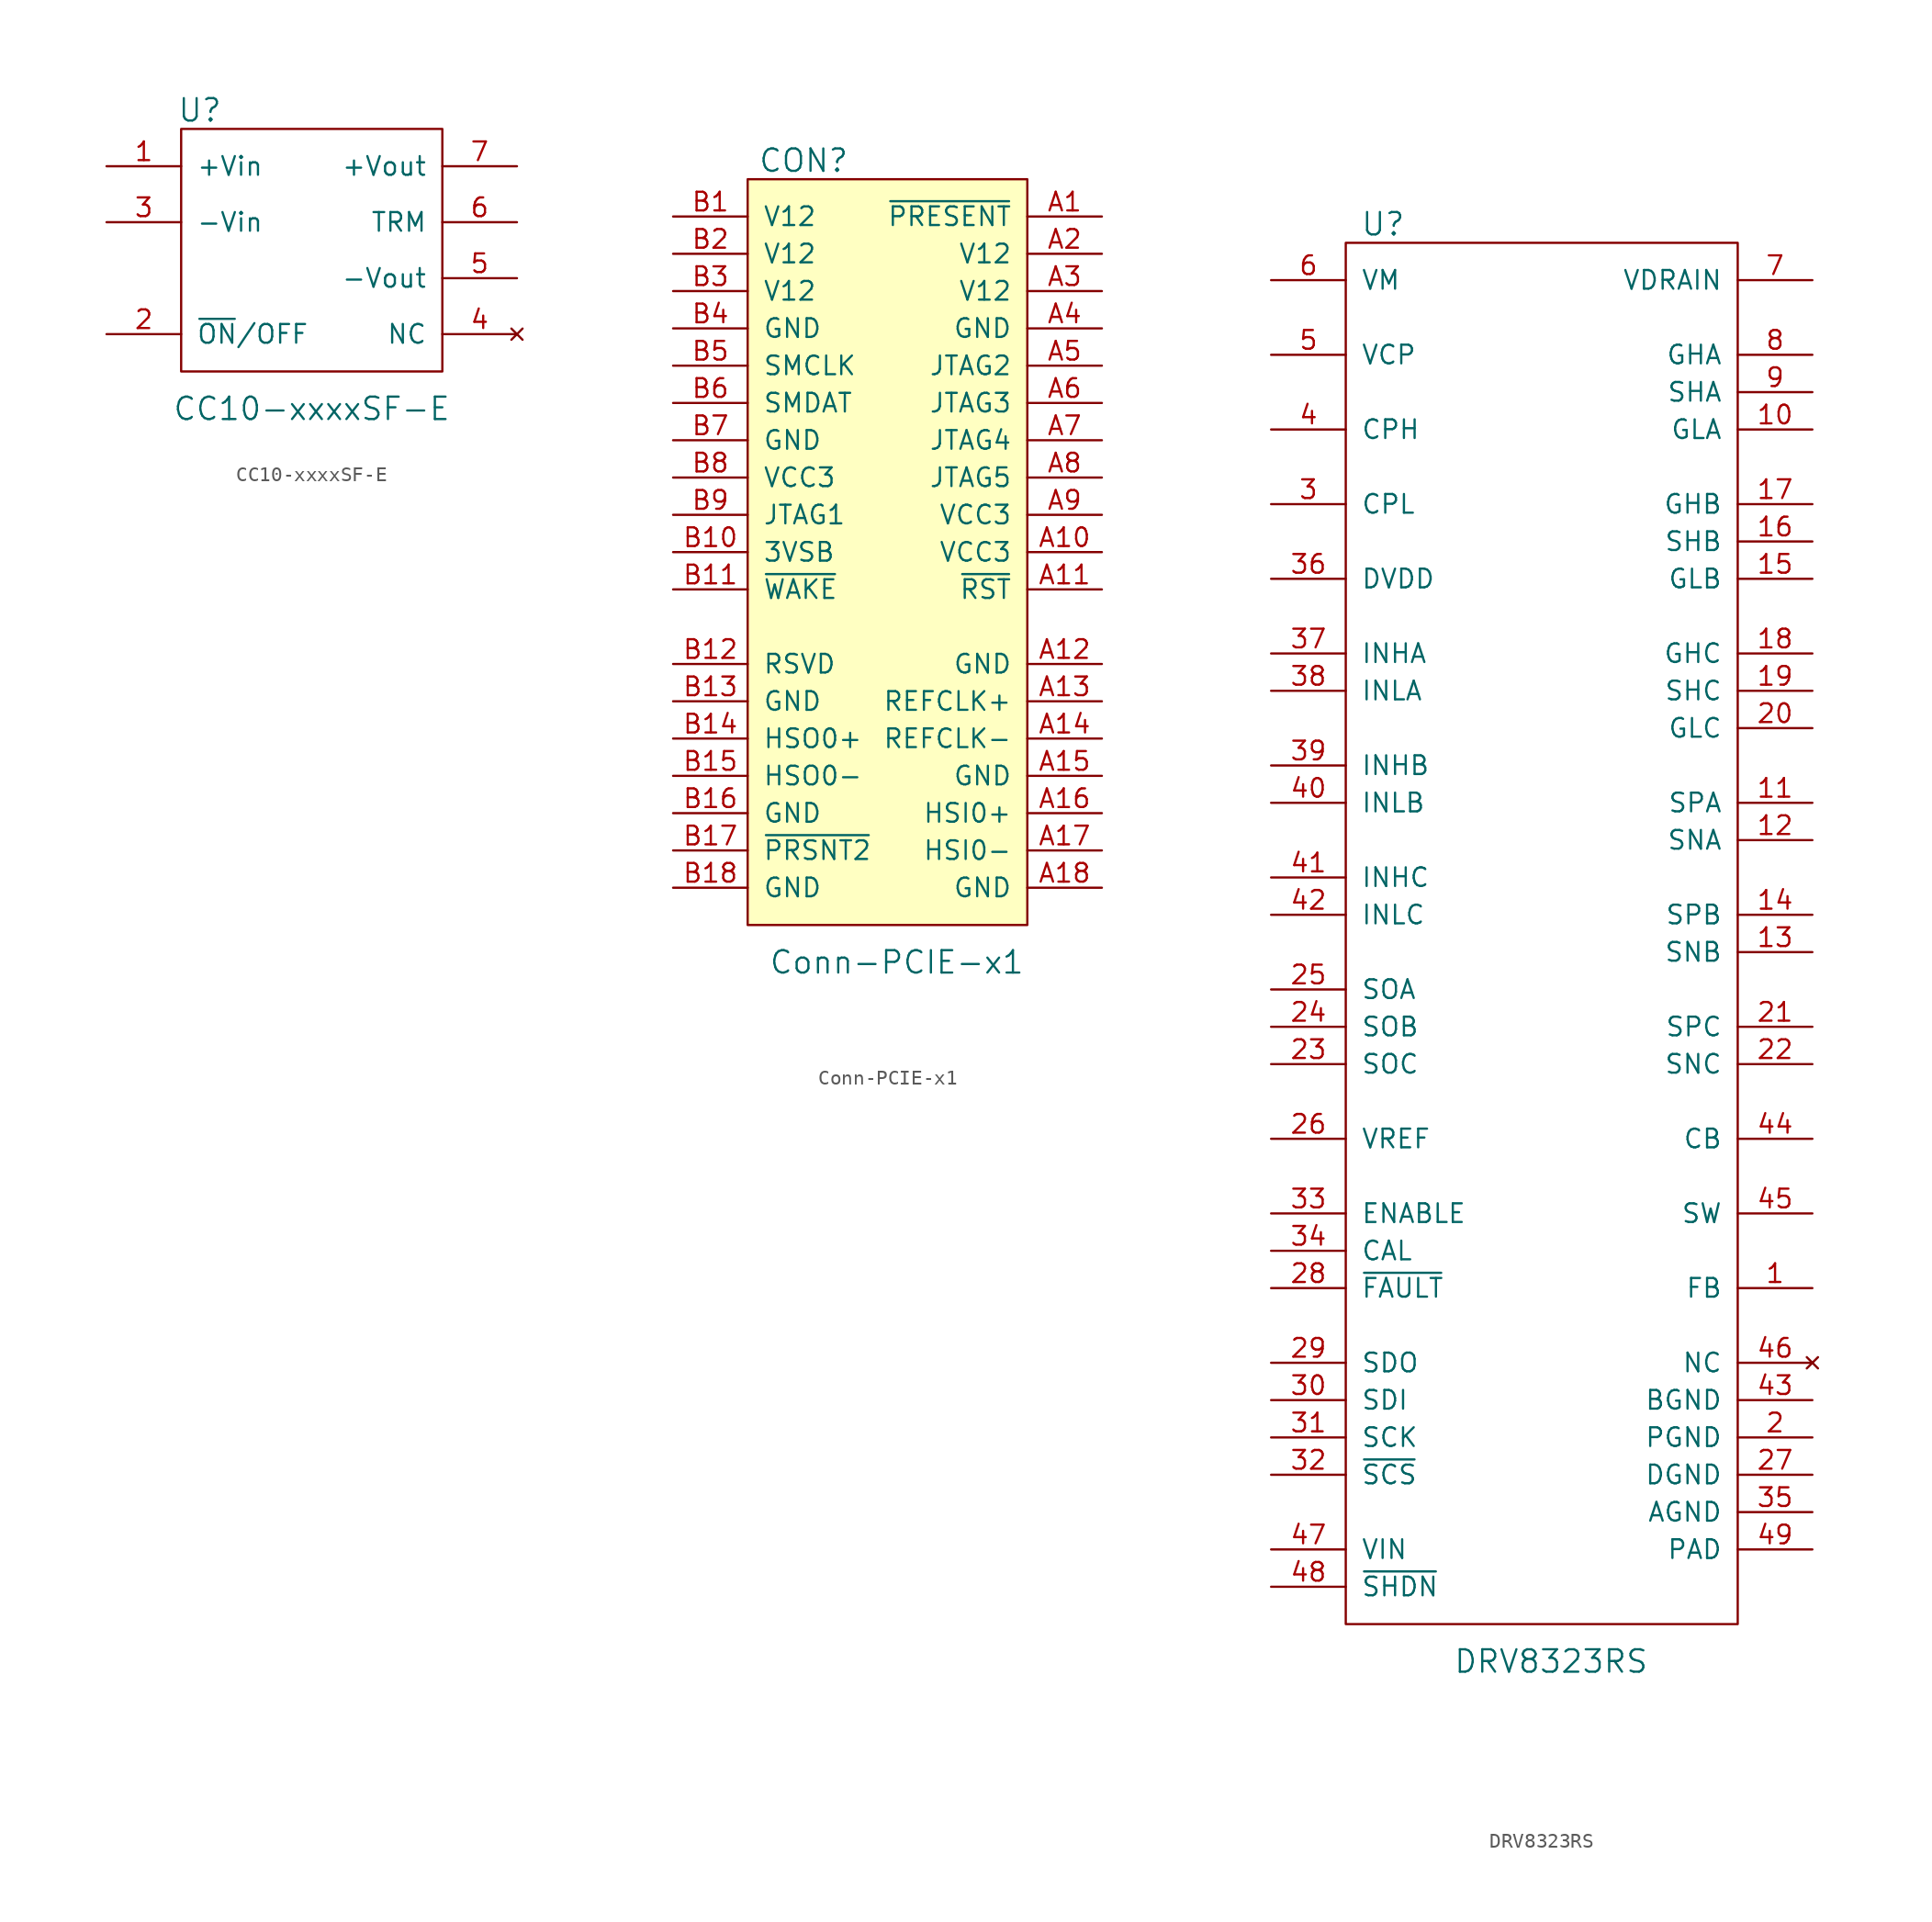
<source format=kicad_sym>
(kicad_symbol_lib
  (version 20211014)
  (generator kicad_symbol_editor)
  (symbol "CC10-xxxxSF-E"
    (pin_names
      (offset 1.016))
    (property "Reference" "U"
      (at -7.62 10.16 0)
      (effects (font (size 1.524 1.524))))
    (property "Value" "CC10-xxxxSF-E"
      (at 0 -10.16 0)
      (effects (font (size 1.524 1.524))))
    (property "Footprint" ""
      (at -8.89 1.27 0)
      (effects (font (size 1.524 1.524))))
    (property "Datasheet" ""
      (at -8.89 1.27 0)
      (effects (font (size 1.524 1.524))))
    (symbol "CC10-xxxxSF-E_0_1"
      (rectangle (start -8.89 8.89) (end 8.89 -7.62) (stroke (width 0) (type default) (color 0 0 0 0)) (fill (type none))))
    (symbol "CC10-xxxxSF-E_1_1"
      (pin power_in line (at -13.97 6.35 0) (length 5.08) (name "+Vin" (effects (font (size 1.27 1.27)))) (number "1" (effects (font (size 1.27 1.27)))))
      (pin input line (at -13.97 -5.08 0) (length 5.08) (name "~{ON}/OFF" (effects (font (size 1.27 1.27)))) (number "2" (effects (font (size 1.27 1.27)))))
      (pin power_in line (at -13.97 2.54 0) (length 5.08) (name "-Vin" (effects (font (size 1.27 1.27)))) (number "3" (effects (font (size 1.27 1.27)))))
      (pin no_connect line (at 13.97 -5.08 180) (length 5.08) (name "NC" (effects (font (size 1.27 1.27)))) (number "4" (effects (font (size 1.27 1.27)))))
      (pin power_out line (at 13.97 -1.27 180) (length 5.08) (name "-Vout" (effects (font (size 1.27 1.27)))) (number "5" (effects (font (size 1.27 1.27)))))
      (pin input line (at 13.97 2.54 180) (length 5.08) (name "TRM" (effects (font (size 1.27 1.27)))) (number "6" (effects (font (size 1.27 1.27)))))
      (pin power_out line (at 13.97 6.35 180) (length 5.08) (name "+Vout" (effects (font (size 1.27 1.27)))) (number "7" (effects (font (size 1.27 1.27)))))))
  (symbol "Conn-PCIE-x1"
    (pin_names
      (offset 1.016))
    (property "Reference" "CON"
      (at 3.81 1.27 0)
      (effects (font (size 1.524 1.524))))
    (property "Value" "Conn-PCIE-x1"
      (at 10.16 -53.34 0)
      (effects (font (size 1.524 1.524))))
    (symbol "Conn-PCIE-x1_0_1"
      (rectangle (start 0 0) (end 19.05 -50.8) (stroke (width 0) (type default) (color 0 0 0 0)) (fill (type background))))
    (symbol "Conn-PCIE-x1_1_1"
      (pin bidirectional line (at 24.13 -2.54 180) (length 5.08) (name "~{PRESENT}" (effects (font (size 1.27 1.27)))) (number "A1" (effects (font (size 1.27 1.27)))))
      (pin power_out line (at 24.13 -25.4 180) (length 5.08) (name "VCC3" (effects (font (size 1.27 1.27)))) (number "A10" (effects (font (size 1.27 1.27)))))
      (pin output line (at 24.13 -27.94 180) (length 5.08) (name "~{RST}" (effects (font (size 1.27 1.27)))) (number "A11" (effects (font (size 1.27 1.27)))))
      (pin power_in line (at 24.13 -33.02 180) (length 5.08) (name "GND" (effects (font (size 1.27 1.27)))) (number "A12" (effects (font (size 1.27 1.27)))))
      (pin output line (at 24.13 -35.56 180) (length 5.08) (name "REFCLK+" (effects (font (size 1.27 1.27)))) (number "A13" (effects (font (size 1.27 1.27)))))
      (pin output line (at 24.13 -38.1 180) (length 5.08) (name "REFCLK-" (effects (font (size 1.27 1.27)))) (number "A14" (effects (font (size 1.27 1.27)))))
      (pin power_in line (at 24.13 -40.64 180) (length 5.08) (name "GND" (effects (font (size 1.27 1.27)))) (number "A15" (effects (font (size 1.27 1.27)))))
      (pin output line (at 24.13 -43.18 180) (length 5.08) (name "HSI0+" (effects (font (size 1.27 1.27)))) (number "A16" (effects (font (size 1.27 1.27)))))
      (pin output line (at 24.13 -45.72 180) (length 5.08) (name "HSI0-" (effects (font (size 1.27 1.27)))) (number "A17" (effects (font (size 1.27 1.27)))))
      (pin power_out line (at 24.13 -48.26 180) (length 5.08) (name "GND" (effects (font (size 1.27 1.27)))) (number "A18" (effects (font (size 1.27 1.27)))))
      (pin power_out line (at 24.13 -5.08 180) (length 5.08) (name "V12" (effects (font (size 1.27 1.27)))) (number "A2" (effects (font (size 1.27 1.27)))))
      (pin power_out line (at 24.13 -7.62 180) (length 5.08) (name "V12" (effects (font (size 1.27 1.27)))) (number "A3" (effects (font (size 1.27 1.27)))))
      (pin power_in line (at 24.13 -10.16 180) (length 5.08) (name "GND" (effects (font (size 1.27 1.27)))) (number "A4" (effects (font (size 1.27 1.27)))))
      (pin bidirectional line (at 24.13 -12.7 180) (length 5.08) (name "JTAG2" (effects (font (size 1.27 1.27)))) (number "A5" (effects (font (size 1.27 1.27)))))
      (pin bidirectional line (at 24.13 -15.24 180) (length 5.08) (name "JTAG3" (effects (font (size 1.27 1.27)))) (number "A6" (effects (font (size 1.27 1.27)))))
      (pin bidirectional line (at 24.13 -17.78 180) (length 5.08) (name "JTAG4" (effects (font (size 1.27 1.27)))) (number "A7" (effects (font (size 1.27 1.27)))))
      (pin bidirectional line (at 24.13 -20.32 180) (length 5.08) (name "JTAG5" (effects (font (size 1.27 1.27)))) (number "A8" (effects (font (size 1.27 1.27)))))
      (pin power_out line (at 24.13 -22.86 180) (length 5.08) (name "VCC3" (effects (font (size 1.27 1.27)))) (number "A9" (effects (font (size 1.27 1.27)))))
      (pin power_out line (at -5.08 -2.54 0) (length 5.08) (name "V12" (effects (font (size 1.27 1.27)))) (number "B1" (effects (font (size 1.27 1.27)))))
      (pin power_out line (at -5.08 -25.4 0) (length 5.08) (name "3VSB" (effects (font (size 1.27 1.27)))) (number "B10" (effects (font (size 1.27 1.27)))))
      (pin output line (at -5.08 -27.94 0) (length 5.08) (name "~{WAKE}" (effects (font (size 1.27 1.27)))) (number "B11" (effects (font (size 1.27 1.27)))))
      (pin bidirectional line (at -5.08 -33.02 0) (length 5.08) (name "RSVD" (effects (font (size 1.27 1.27)))) (number "B12" (effects (font (size 1.27 1.27)))))
      (pin power_in line (at -5.08 -35.56 0) (length 5.08) (name "GND" (effects (font (size 1.27 1.27)))) (number "B13" (effects (font (size 1.27 1.27)))))
      (pin output line (at -5.08 -38.1 0) (length 5.08) (name "HSO0+" (effects (font (size 1.27 1.27)))) (number "B14" (effects (font (size 1.27 1.27)))))
      (pin output line (at -5.08 -40.64 0) (length 5.08) (name "HSO0-" (effects (font (size 1.27 1.27)))) (number "B15" (effects (font (size 1.27 1.27)))))
      (pin power_in line (at -5.08 -43.18 0) (length 5.08) (name "GND" (effects (font (size 1.27 1.27)))) (number "B16" (effects (font (size 1.27 1.27)))))
      (pin bidirectional line (at -5.08 -45.72 0) (length 5.08) (name "~{PRSNT2}" (effects (font (size 1.27 1.27)))) (number "B17" (effects (font (size 1.27 1.27)))))
      (pin power_in line (at -5.08 -48.26 0) (length 5.08) (name "GND" (effects (font (size 1.27 1.27)))) (number "B18" (effects (font (size 1.27 1.27)))))
      (pin power_out line (at -5.08 -5.08 0) (length 5.08) (name "V12" (effects (font (size 1.27 1.27)))) (number "B2" (effects (font (size 1.27 1.27)))))
      (pin power_out line (at -5.08 -7.62 0) (length 5.08) (name "V12" (effects (font (size 1.27 1.27)))) (number "B3" (effects (font (size 1.27 1.27)))))
      (pin power_in line (at -5.08 -10.16 0) (length 5.08) (name "GND" (effects (font (size 1.27 1.27)))) (number "B4" (effects (font (size 1.27 1.27)))))
      (pin output line (at -5.08 -12.7 0) (length 5.08) (name "SMCLK" (effects (font (size 1.27 1.27)))) (number "B5" (effects (font (size 1.27 1.27)))))
      (pin output line (at -5.08 -15.24 0) (length 5.08) (name "SMDAT" (effects (font (size 1.27 1.27)))) (number "B6" (effects (font (size 1.27 1.27)))))
      (pin power_in line (at -5.08 -17.78 0) (length 5.08) (name "GND" (effects (font (size 1.27 1.27)))) (number "B7" (effects (font (size 1.27 1.27)))))
      (pin power_out line (at -5.08 -20.32 0) (length 5.08) (name "VCC3" (effects (font (size 1.27 1.27)))) (number "B8" (effects (font (size 1.27 1.27)))))
      (pin bidirectional line (at -5.08 -22.86 0) (length 5.08) (name "JTAG1" (effects (font (size 1.27 1.27)))) (number "B9" (effects (font (size 1.27 1.27)))))))
  (symbol "DRV8323RS"
    (pin_names
      (offset 1.016))
    (property "Reference" "U"
      (at 2.54 1.27 0)
      (effects (font (size 1.524 1.524))))
    (property "Value" "DRV8323RS"
      (at 13.97 -96.52 0)
      (effects (font (size 1.524 1.524))))
    (symbol "DRV8323RS_0_1"
      (rectangle (start 0 -93.98) (end 26.67 0) (stroke (width 0) (type default) (color 0 0 0 0)) (fill (type none))))
    (symbol "DRV8323RS_1_1"
      (pin input line (at 31.75 -71.12 180) (length 5.08) (name "FB" (effects (font (size 1.27 1.27)))) (number "1" (effects (font (size 1.27 1.27)))))
      (pin output line (at 31.75 -12.7 180) (length 5.08) (name "GLA" (effects (font (size 1.27 1.27)))) (number "10" (effects (font (size 1.27 1.27)))))
      (pin input line (at 31.75 -38.1 180) (length 5.08) (name "SPA" (effects (font (size 1.27 1.27)))) (number "11" (effects (font (size 1.27 1.27)))))
      (pin input line (at 31.75 -40.64 180) (length 5.08) (name "SNA" (effects (font (size 1.27 1.27)))) (number "12" (effects (font (size 1.27 1.27)))))
      (pin input line (at 31.75 -48.26 180) (length 5.08) (name "SNB" (effects (font (size 1.27 1.27)))) (number "13" (effects (font (size 1.27 1.27)))))
      (pin input line (at 31.75 -45.72 180) (length 5.08) (name "SPB" (effects (font (size 1.27 1.27)))) (number "14" (effects (font (size 1.27 1.27)))))
      (pin output line (at 31.75 -22.86 180) (length 5.08) (name "GLB" (effects (font (size 1.27 1.27)))) (number "15" (effects (font (size 1.27 1.27)))))
      (pin input line (at 31.75 -20.32 180) (length 5.08) (name "SHB" (effects (font (size 1.27 1.27)))) (number "16" (effects (font (size 1.27 1.27)))))
      (pin output line (at 31.75 -17.78 180) (length 5.08) (name "GHB" (effects (font (size 1.27 1.27)))) (number "17" (effects (font (size 1.27 1.27)))))
      (pin output line (at 31.75 -27.94 180) (length 5.08) (name "GHC" (effects (font (size 1.27 1.27)))) (number "18" (effects (font (size 1.27 1.27)))))
      (pin input line (at 31.75 -30.48 180) (length 5.08) (name "SHC" (effects (font (size 1.27 1.27)))) (number "19" (effects (font (size 1.27 1.27)))))
      (pin power_out line (at 31.75 -81.28 180) (length 5.08) (name "PGND" (effects (font (size 1.27 1.27)))) (number "2" (effects (font (size 1.27 1.27)))))
      (pin output line (at 31.75 -33.02 180) (length 5.08) (name "GLC" (effects (font (size 1.27 1.27)))) (number "20" (effects (font (size 1.27 1.27)))))
      (pin input line (at 31.75 -53.34 180) (length 5.08) (name "SPC" (effects (font (size 1.27 1.27)))) (number "21" (effects (font (size 1.27 1.27)))))
      (pin input line (at 31.75 -55.88 180) (length 5.08) (name "SNC" (effects (font (size 1.27 1.27)))) (number "22" (effects (font (size 1.27 1.27)))))
      (pin output line (at -5.08 -55.88 0) (length 5.08) (name "SOC" (effects (font (size 1.27 1.27)))) (number "23" (effects (font (size 1.27 1.27)))))
      (pin output line (at -5.08 -53.34 0) (length 5.08) (name "SOB" (effects (font (size 1.27 1.27)))) (number "24" (effects (font (size 1.27 1.27)))))
      (pin output line (at -5.08 -50.8 0) (length 5.08) (name "SOA" (effects (font (size 1.27 1.27)))) (number "25" (effects (font (size 1.27 1.27)))))
      (pin power_in line (at -5.08 -60.96 0) (length 5.08) (name "VREF" (effects (font (size 1.27 1.27)))) (number "26" (effects (font (size 1.27 1.27)))))
      (pin power_out line (at 31.75 -83.82 180) (length 5.08) (name "DGND" (effects (font (size 1.27 1.27)))) (number "27" (effects (font (size 1.27 1.27)))))
      (pin open_collector line (at -5.08 -71.12 0) (length 5.08) (name "~{FAULT}" (effects (font (size 1.27 1.27)))) (number "28" (effects (font (size 1.27 1.27)))))
      (pin open_collector line (at -5.08 -76.2 0) (length 5.08) (name "SDO" (effects (font (size 1.27 1.27)))) (number "29" (effects (font (size 1.27 1.27)))))
      (pin power_in line (at -5.08 -17.78 0) (length 5.08) (name "CPL" (effects (font (size 1.27 1.27)))) (number "3" (effects (font (size 1.27 1.27)))))
      (pin input line (at -5.08 -78.74 0) (length 5.08) (name "SDI" (effects (font (size 1.27 1.27)))) (number "30" (effects (font (size 1.27 1.27)))))
      (pin input line (at -5.08 -81.28 0) (length 5.08) (name "SCK" (effects (font (size 1.27 1.27)))) (number "31" (effects (font (size 1.27 1.27)))))
      (pin input line (at -5.08 -83.82 0) (length 5.08) (name "~{SCS}" (effects (font (size 1.27 1.27)))) (number "32" (effects (font (size 1.27 1.27)))))
      (pin input line (at -5.08 -66.04 0) (length 5.08) (name "ENABLE" (effects (font (size 1.27 1.27)))) (number "33" (effects (font (size 1.27 1.27)))))
      (pin input line (at -5.08 -68.58 0) (length 5.08) (name "CAL" (effects (font (size 1.27 1.27)))) (number "34" (effects (font (size 1.27 1.27)))))
      (pin power_in line (at 31.75 -86.36 180) (length 5.08) (name "AGND" (effects (font (size 1.27 1.27)))) (number "35" (effects (font (size 1.27 1.27)))))
      (pin input line (at -5.08 -22.86 0) (length 5.08) (name "DVDD" (effects (font (size 1.27 1.27)))) (number "36" (effects (font (size 1.27 1.27)))))
      (pin input line (at -5.08 -27.94 0) (length 5.08) (name "INHA" (effects (font (size 1.27 1.27)))) (number "37" (effects (font (size 1.27 1.27)))))
      (pin input line (at -5.08 -30.48 0) (length 5.08) (name "INLA" (effects (font (size 1.27 1.27)))) (number "38" (effects (font (size 1.27 1.27)))))
      (pin input line (at -5.08 -35.56 0) (length 5.08) (name "INHB" (effects (font (size 1.27 1.27)))) (number "39" (effects (font (size 1.27 1.27)))))
      (pin power_out line (at -5.08 -12.7 0) (length 5.08) (name "CPH" (effects (font (size 1.27 1.27)))) (number "4" (effects (font (size 1.27 1.27)))))
      (pin input line (at -5.08 -38.1 0) (length 5.08) (name "INLB" (effects (font (size 1.27 1.27)))) (number "40" (effects (font (size 1.27 1.27)))))
      (pin input line (at -5.08 -43.18 0) (length 5.08) (name "INHC" (effects (font (size 1.27 1.27)))) (number "41" (effects (font (size 1.27 1.27)))))
      (pin input line (at -5.08 -45.72 0) (length 5.08) (name "INLC" (effects (font (size 1.27 1.27)))) (number "42" (effects (font (size 1.27 1.27)))))
      (pin power_out line (at 31.75 -78.74 180) (length 5.08) (name "BGND" (effects (font (size 1.27 1.27)))) (number "43" (effects (font (size 1.27 1.27)))))
      (pin power_in line (at 31.75 -60.96 180) (length 5.08) (name "CB" (effects (font (size 1.27 1.27)))) (number "44" (effects (font (size 1.27 1.27)))))
      (pin output line (at 31.75 -66.04 180) (length 5.08) (name "SW" (effects (font (size 1.27 1.27)))) (number "45" (effects (font (size 1.27 1.27)))))
      (pin no_connect line (at 31.75 -76.2 180) (length 5.08) (name "NC" (effects (font (size 1.27 1.27)))) (number "46" (effects (font (size 1.27 1.27)))))
      (pin power_in line (at -5.08 -88.9 0) (length 5.08) (name "VIN" (effects (font (size 1.27 1.27)))) (number "47" (effects (font (size 1.27 1.27)))))
      (pin input line (at -5.08 -91.44 0) (length 5.08) (name "~{SHDN}" (effects (font (size 1.27 1.27)))) (number "48" (effects (font (size 1.27 1.27)))))
      (pin power_out line (at 31.75 -88.9 180) (length 5.08) (name "PAD" (effects (font (size 1.27 1.27)))) (number "49" (effects (font (size 1.27 1.27)))))
      (pin input line (at -5.08 -7.62 0) (length 5.08) (name "VCP" (effects (font (size 1.27 1.27)))) (number "5" (effects (font (size 1.27 1.27)))))
      (pin power_in line (at -5.08 -2.54 0) (length 5.08) (name "VM" (effects (font (size 1.27 1.27)))) (number "6" (effects (font (size 1.27 1.27)))))
      (pin input line (at 31.75 -2.54 180) (length 5.08) (name "VDRAIN" (effects (font (size 1.27 1.27)))) (number "7" (effects (font (size 1.27 1.27)))))
      (pin output line (at 31.75 -7.62 180) (length 5.08) (name "GHA" (effects (font (size 1.27 1.27)))) (number "8" (effects (font (size 1.27 1.27)))))
      (pin input line (at 31.75 -10.16 180) (length 5.08) (name "SHA" (effects (font (size 1.27 1.27)))) (number "9" (effects (font (size 1.27 1.27))))))))
</source>
